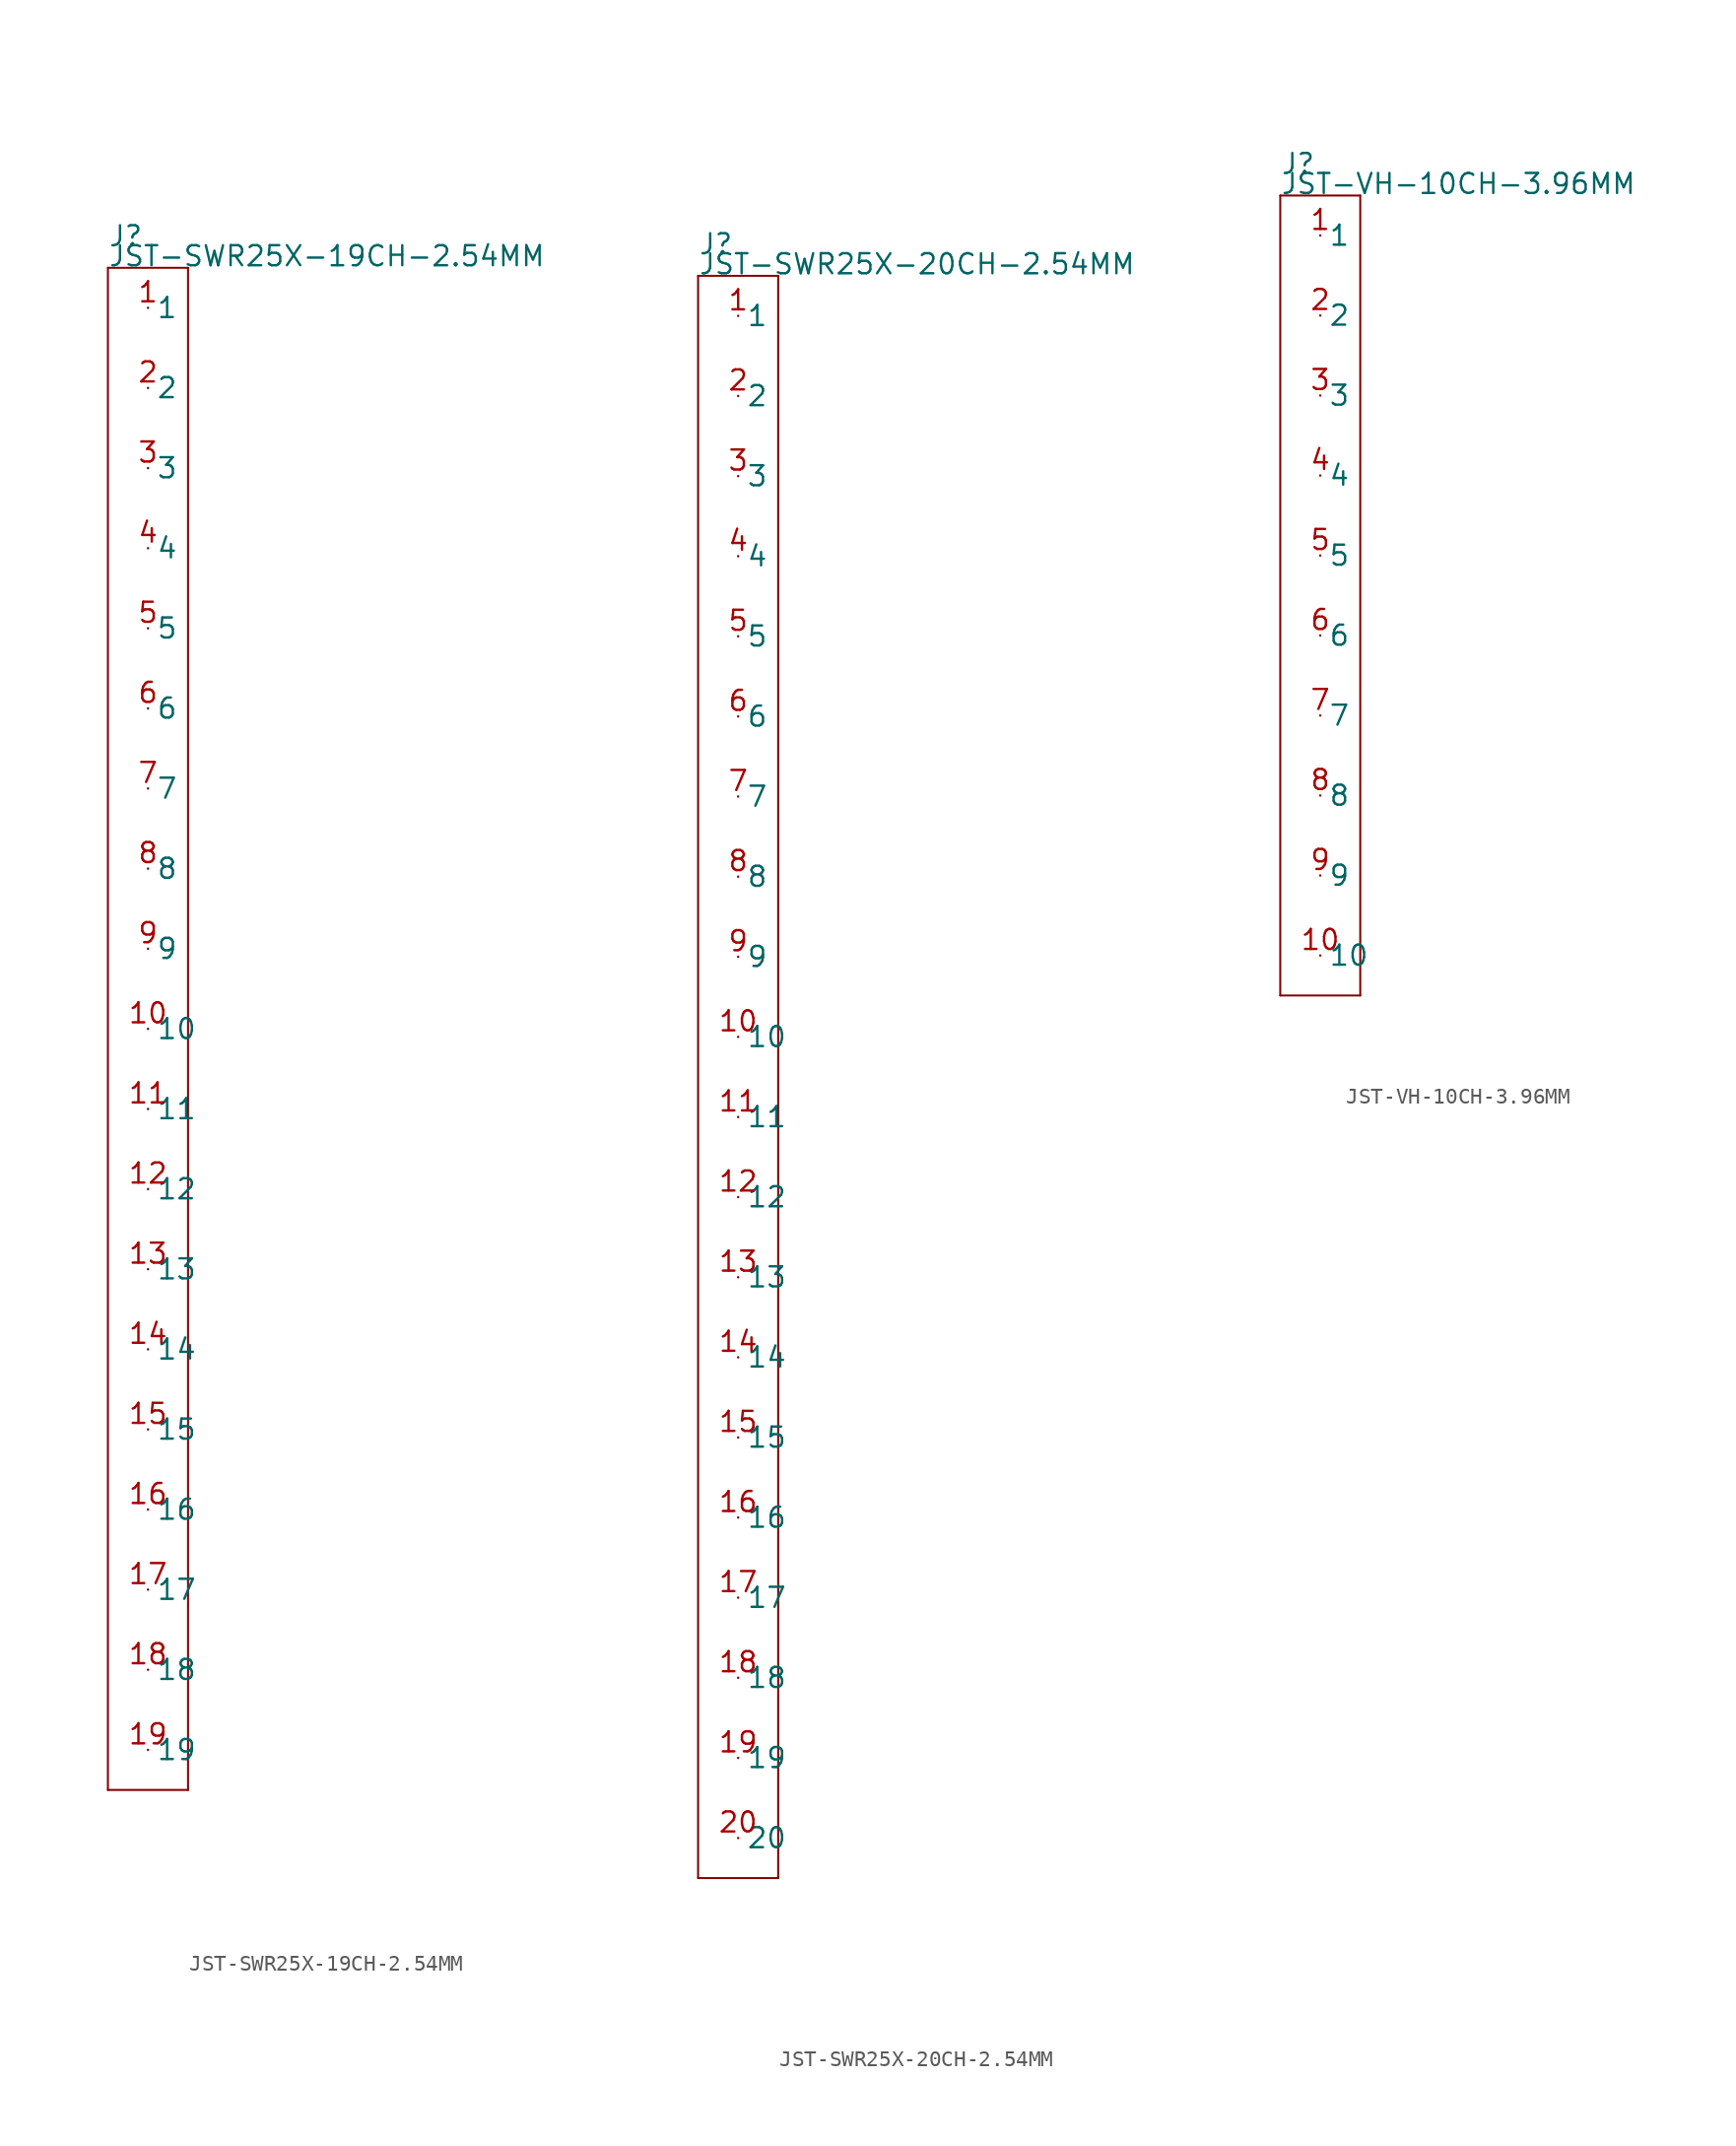
<source format=kicad_sym>
(kicad_symbol_lib
  (version 20211014)
  (generator kicad_symbol_editor)
  (symbol "JST-SWR25X-19CH-2.54MM"
    (pin_names)
    (property "Reference" "J"
      (at -2.54 49.53 0)
      (effects (font (size 1.27 1.27)) (justify left bottom)))
    (property "Value" "JST-SWR25X-19CH-2.54MM"
      (at -2.54 48.26 0)
      (effects (font (size 1.27 1.27)) (justify left bottom)))
    (property "Datasheet" ""
      (at 0 0 0))
    (property "ki_description" " JST 1x19  - Through Hole JST 19POS 2.54MM Technical Specifications: Pitch: 3.96mm "
      (at 0 0 0))
    (property "ki_fp_filters" "FlashPCB_Connectors:JST-SWR25X-NRTC-S19-ST-BA-THT-VERT-19CH-2.54MM FlashPCB_Connectors:JST-SWR25X-NRTC-S19-ST-BA-THT-VERT-19CH-2.54MM-NOSILK FlashPCB_Connectors:JST-SWR25X-NRTC-S19-RA-BA-THT-RA-19CH-2.54MM FlashPCB_Connectors:JST-SWR25X-NRTC-S19-RA-BA-THT-RA-19CH-2.54MM-NOSILK FlashPCB_Connectors:JST-SWR25X-NRTC-S19-ST-BA-THT-VERT-19CH-2.54MM-LONG FlashPCB_Connectors:JST-SWR25X-NRTC-S19-ST-BA-THT-VERT-19CH-2.54MM-LONG-NOSILK FlashPCB_Connectors:JST-SWR25X-NRTC-S19-RA-BA-THT-RA-19CH-2.54MM-LONG FlashPCB_Connectors:JST-SWR25X-NRTC-S19-RA-BA-THT-RA-19CH-2.54MM-LONG-NOSILK"
      (at 0 0 0))
    (symbol "JST-SWR25X-19CH-2.54MM_1_1"
      (polyline (pts (xy -2.54 48.26) (xy 2.54 48.26)) (stroke (width 0.127)) (fill (type none)))
      (polyline (pts (xy 2.54 48.26) (xy 2.54 -48.26)) (stroke (width 0.127)) (fill (type none)))
      (polyline (pts (xy 2.54 -48.26) (xy -2.54 -48.26)) (stroke (width 0.127)) (fill (type none)))
      (polyline (pts (xy -2.54 -48.26) (xy -2.54 48.26)) (stroke (width 0.127)) (fill (type none)))
      (pin bidirectional line (at 0 45.72 0) (length 0) (name "1" (effects (font (size 1.27 1.27)))) (number "1" (effects (font (size 1.27 1.27)))))
      (pin bidirectional line (at 0 40.64 0) (length 0) (name "2" (effects (font (size 1.27 1.27)))) (number "2" (effects (font (size 1.27 1.27)))))
      (pin bidirectional line (at 0 35.56 0) (length 0) (name "3" (effects (font (size 1.27 1.27)))) (number "3" (effects (font (size 1.27 1.27)))))
      (pin bidirectional line (at 0 30.48 0) (length 0) (name "4" (effects (font (size 1.27 1.27)))) (number "4" (effects (font (size 1.27 1.27)))))
      (pin bidirectional line (at 0 25.4 0) (length 0) (name "5" (effects (font (size 1.27 1.27)))) (number "5" (effects (font (size 1.27 1.27)))))
      (pin bidirectional line (at 0 20.32 0) (length 0) (name "6" (effects (font (size 1.27 1.27)))) (number "6" (effects (font (size 1.27 1.27)))))
      (pin bidirectional line (at 0 15.24 0) (length 0) (name "7" (effects (font (size 1.27 1.27)))) (number "7" (effects (font (size 1.27 1.27)))))
      (pin bidirectional line (at 0 10.16 0) (length 0) (name "8" (effects (font (size 1.27 1.27)))) (number "8" (effects (font (size 1.27 1.27)))))
      (pin bidirectional line (at 0 5.08 0) (length 0) (name "9" (effects (font (size 1.27 1.27)))) (number "9" (effects (font (size 1.27 1.27)))))
      (pin bidirectional line (at 0 0 0) (length 0) (name "10" (effects (font (size 1.27 1.27)))) (number "10" (effects (font (size 1.27 1.27)))))
      (pin bidirectional line (at 0 -5.08 0) (length 0) (name "11" (effects (font (size 1.27 1.27)))) (number "11" (effects (font (size 1.27 1.27)))))
      (pin bidirectional line (at 0 -10.16 0) (length 0) (name "12" (effects (font (size 1.27 1.27)))) (number "12" (effects (font (size 1.27 1.27)))))
      (pin bidirectional line (at 0 -15.24 0) (length 0) (name "13" (effects (font (size 1.27 1.27)))) (number "13" (effects (font (size 1.27 1.27)))))
      (pin bidirectional line (at 0 -20.32 0) (length 0) (name "14" (effects (font (size 1.27 1.27)))) (number "14" (effects (font (size 1.27 1.27)))))
      (pin bidirectional line (at 0 -25.4 0) (length 0) (name "15" (effects (font (size 1.27 1.27)))) (number "15" (effects (font (size 1.27 1.27)))))
      (pin bidirectional line (at 0 -30.48 0) (length 0) (name "16" (effects (font (size 1.27 1.27)))) (number "16" (effects (font (size 1.27 1.27)))))
      (pin bidirectional line (at 0 -35.56 0) (length 0) (name "17" (effects (font (size 1.27 1.27)))) (number "17" (effects (font (size 1.27 1.27)))))
      (pin bidirectional line (at 0 -40.64 0) (length 0) (name "18" (effects (font (size 1.27 1.27)))) (number "18" (effects (font (size 1.27 1.27)))))
      (pin bidirectional line (at 0 -45.72 0) (length 0) (name "19" (effects (font (size 1.27 1.27)))) (number "19" (effects (font (size 1.27 1.27)))))))
  (symbol "JST-SWR25X-20CH-2.54MM"
    (pin_names)
    (property "Reference" "J"
      (at -2.54 52.07 0)
      (effects (font (size 1.27 1.27)) (justify left bottom)))
    (property "Value" "JST-SWR25X-20CH-2.54MM"
      (at -2.54 50.8 0)
      (effects (font (size 1.27 1.27)) (justify left bottom)))
    (property "Datasheet" ""
      (at 0 0 0))
    (property "ki_description" " JST 1x20  - Through Hole JST 20POS 2.54MM Technical Specifications: Pitch: 3.96mm "
      (at 0 0 0))
    (property "ki_fp_filters" "FlashPCB_Connectors:JST-SWR25X-NRTC-S20-ST-BA-THT-VERT-20CH-2.54MM FlashPCB_Connectors:JST-SWR25X-NRTC-S20-ST-BA-THT-VERT-20CH-2.54MM-NOSILK FlashPCB_Connectors:JST-SWR25X-NRTC-S20-RA-BA-THT-RA-20CH-2.54MM FlashPCB_Connectors:JST-SWR25X-NRTC-S20-RA-BA-THT-RA-20CH-2.54MM-NOSILK FlashPCB_Connectors:JST-SWR25X-NRTC-S20-ST-BA-THT-VERT-20CH-2.54MM-LONG FlashPCB_Connectors:JST-SWR25X-NRTC-S20-ST-BA-THT-VERT-20CH-2.54MM-LONG-NOSILK FlashPCB_Connectors:JST-SWR25X-NRTC-S20-RA-BA-THT-RA-20CH-2.54MM-LONG FlashPCB_Connectors:JST-SWR25X-NRTC-S20-RA-BA-THT-RA-20CH-2.54MM-LONG-NOSILK"
      (at 0 0 0))
    (symbol "JST-SWR25X-20CH-2.54MM_1_1"
      (polyline (pts (xy -2.54 50.8) (xy 2.54 50.8)) (stroke (width 0.127)) (fill (type none)))
      (polyline (pts (xy 2.54 50.8) (xy 2.54 -50.8)) (stroke (width 0.127)) (fill (type none)))
      (polyline (pts (xy 2.54 -50.8) (xy -2.54 -50.8)) (stroke (width 0.127)) (fill (type none)))
      (polyline (pts (xy -2.54 -50.8) (xy -2.54 50.8)) (stroke (width 0.127)) (fill (type none)))
      (pin bidirectional line (at 0 48.26 0) (length 0) (name "1" (effects (font (size 1.27 1.27)))) (number "1" (effects (font (size 1.27 1.27)))))
      (pin bidirectional line (at 0 43.18 0) (length 0) (name "2" (effects (font (size 1.27 1.27)))) (number "2" (effects (font (size 1.27 1.27)))))
      (pin bidirectional line (at 0 38.1 0) (length 0) (name "3" (effects (font (size 1.27 1.27)))) (number "3" (effects (font (size 1.27 1.27)))))
      (pin bidirectional line (at 0 33.02 0) (length 0) (name "4" (effects (font (size 1.27 1.27)))) (number "4" (effects (font (size 1.27 1.27)))))
      (pin bidirectional line (at 0 27.94 0) (length 0) (name "5" (effects (font (size 1.27 1.27)))) (number "5" (effects (font (size 1.27 1.27)))))
      (pin bidirectional line (at 0 22.86 0) (length 0) (name "6" (effects (font (size 1.27 1.27)))) (number "6" (effects (font (size 1.27 1.27)))))
      (pin bidirectional line (at 0 17.78 0) (length 0) (name "7" (effects (font (size 1.27 1.27)))) (number "7" (effects (font (size 1.27 1.27)))))
      (pin bidirectional line (at 0 12.7 0) (length 0) (name "8" (effects (font (size 1.27 1.27)))) (number "8" (effects (font (size 1.27 1.27)))))
      (pin bidirectional line (at 0 7.62 0) (length 0) (name "9" (effects (font (size 1.27 1.27)))) (number "9" (effects (font (size 1.27 1.27)))))
      (pin bidirectional line (at 0 2.54 0) (length 0) (name "10" (effects (font (size 1.27 1.27)))) (number "10" (effects (font (size 1.27 1.27)))))
      (pin bidirectional line (at 0 -2.54 0) (length 0) (name "11" (effects (font (size 1.27 1.27)))) (number "11" (effects (font (size 1.27 1.27)))))
      (pin bidirectional line (at 0 -7.62 0) (length 0) (name "12" (effects (font (size 1.27 1.27)))) (number "12" (effects (font (size 1.27 1.27)))))
      (pin bidirectional line (at 0 -12.7 0) (length 0) (name "13" (effects (font (size 1.27 1.27)))) (number "13" (effects (font (size 1.27 1.27)))))
      (pin bidirectional line (at 0 -17.78 0) (length 0) (name "14" (effects (font (size 1.27 1.27)))) (number "14" (effects (font (size 1.27 1.27)))))
      (pin bidirectional line (at 0 -22.86 0) (length 0) (name "15" (effects (font (size 1.27 1.27)))) (number "15" (effects (font (size 1.27 1.27)))))
      (pin bidirectional line (at 0 -27.94 0) (length 0) (name "16" (effects (font (size 1.27 1.27)))) (number "16" (effects (font (size 1.27 1.27)))))
      (pin bidirectional line (at 0 -33.02 0) (length 0) (name "17" (effects (font (size 1.27 1.27)))) (number "17" (effects (font (size 1.27 1.27)))))
      (pin bidirectional line (at 0 -38.1 0) (length 0) (name "18" (effects (font (size 1.27 1.27)))) (number "18" (effects (font (size 1.27 1.27)))))
      (pin bidirectional line (at 0 -43.18 0) (length 0) (name "19" (effects (font (size 1.27 1.27)))) (number "19" (effects (font (size 1.27 1.27)))))
      (pin bidirectional line (at 0 -48.26 0) (length 0) (name "20" (effects (font (size 1.27 1.27)))) (number "20" (effects (font (size 1.27 1.27)))))))
  (symbol "JST-VH-10CH-3.96MM"
    (pin_names)
    (property "Reference" "J"
      (at -2.54 26.67 0)
      (effects (font (size 1.27 1.27)) (justify left bottom)))
    (property "Value" "JST-VH-10CH-3.96MM"
      (at -2.54 25.4 0)
      (effects (font (size 1.27 1.27)) (justify left bottom)))
    (property "Datasheet" ""
      (at 0 0 0))
    (property "ki_description" " JST 1x10  - Through Hole JST 10POS 3.96MM Technical Specifications: Pitch: 3.96mm "
      (at 0 0 0))
    (property "ki_fp_filters" "FlashPCB_Connectors:JST-B10P-VH-THT-VERT-10CH-3.96MM FlashPCB_Connectors:JST-B10P-VH-THT-VERT-10CH-3.96MM-NOSILK FlashPCB_Connectors:JST-S10PS-VH-THT-RA-10CH-3.96MM FlashPCB_Connectors:JST-S10PS-VH-THT-RA-10CH-3.96MM-NOSILK FlashPCB_Connectors:JST-B10P-VH-THT-VERT-SHRD-10CH-3.96MM-NOSILK FlashPCB_Connectors:JST-B10P-VH-THT-VERT-SHRD-10CH-3.96MM FlashPCB_Connectors:JST-S10PS-VH-THT-RA-STABL-10CH-3.96MM FlashPCB_Connectors:JST-S10PS-VH-THT-RA-STABL-10CH-3.96MM-NOSILK FlashPCB_Connectors:JST-B10P-VH-THT-VERT-10CH-3.96MM-LONG FlashPCB_Connectors:JST-B10P-VH-THT-VERT-10CH-3.96MM-LONG-NOSILK FlashPCB_Connectors:JST-S10PS-VH-THT-RA-10CH-3.96MM-LONG FlashPCB_Connectors:JST-S10PS-VH-THT-RA-10CH-3.96MM-LONG-NOSILK FlashPCB_Connectors:JST-B10P-VH-THT-VERT-SHRD-10CH-3.96MM-LONG-NOSILK FlashPCB_Connectors:JST-B10P-VH-THT-VERT-SHRD-10CH-3.96MM-LONG FlashPCB_Connectors:JST-S10PS-VH-THT-RA-STABL-10CH-3.96MM-LONG FlashPCB_Connectors:JST-S10PS-VH-THT-RA-STABL-10CH-3.96MM-LONG-NOSILK"
      (at 0 0 0))
    (symbol "JST-VH-10CH-3.96MM_1_1"
      (polyline (pts (xy -2.54 25.4) (xy 2.54 25.4)) (stroke (width 0.127)) (fill (type none)))
      (polyline (pts (xy 2.54 25.4) (xy 2.54 -25.4)) (stroke (width 0.127)) (fill (type none)))
      (polyline (pts (xy 2.54 -25.4) (xy -2.54 -25.4)) (stroke (width 0.127)) (fill (type none)))
      (polyline (pts (xy -2.54 -25.4) (xy -2.54 25.4)) (stroke (width 0.127)) (fill (type none)))
      (pin bidirectional line (at 0 22.86 0) (length 0) (name "1" (effects (font (size 1.27 1.27)))) (number "1" (effects (font (size 1.27 1.27)))))
      (pin bidirectional line (at 0 17.78 0) (length 0) (name "2" (effects (font (size 1.27 1.27)))) (number "2" (effects (font (size 1.27 1.27)))))
      (pin bidirectional line (at 0 12.7 0) (length 0) (name "3" (effects (font (size 1.27 1.27)))) (number "3" (effects (font (size 1.27 1.27)))))
      (pin bidirectional line (at 0 7.62 0) (length 0) (name "4" (effects (font (size 1.27 1.27)))) (number "4" (effects (font (size 1.27 1.27)))))
      (pin bidirectional line (at 0 2.54 0) (length 0) (name "5" (effects (font (size 1.27 1.27)))) (number "5" (effects (font (size 1.27 1.27)))))
      (pin bidirectional line (at 0 -2.54 0) (length 0) (name "6" (effects (font (size 1.27 1.27)))) (number "6" (effects (font (size 1.27 1.27)))))
      (pin bidirectional line (at 0 -7.62 0) (length 0) (name "7" (effects (font (size 1.27 1.27)))) (number "7" (effects (font (size 1.27 1.27)))))
      (pin bidirectional line (at 0 -12.7 0) (length 0) (name "8" (effects (font (size 1.27 1.27)))) (number "8" (effects (font (size 1.27 1.27)))))
      (pin bidirectional line (at 0 -17.78 0) (length 0) (name "9" (effects (font (size 1.27 1.27)))) (number "9" (effects (font (size 1.27 1.27)))))
      (pin bidirectional line (at 0 -22.86 0) (length 0) (name "10" (effects (font (size 1.27 1.27)))) (number "10" (effects (font (size 1.27 1.27))))))))
</source>
